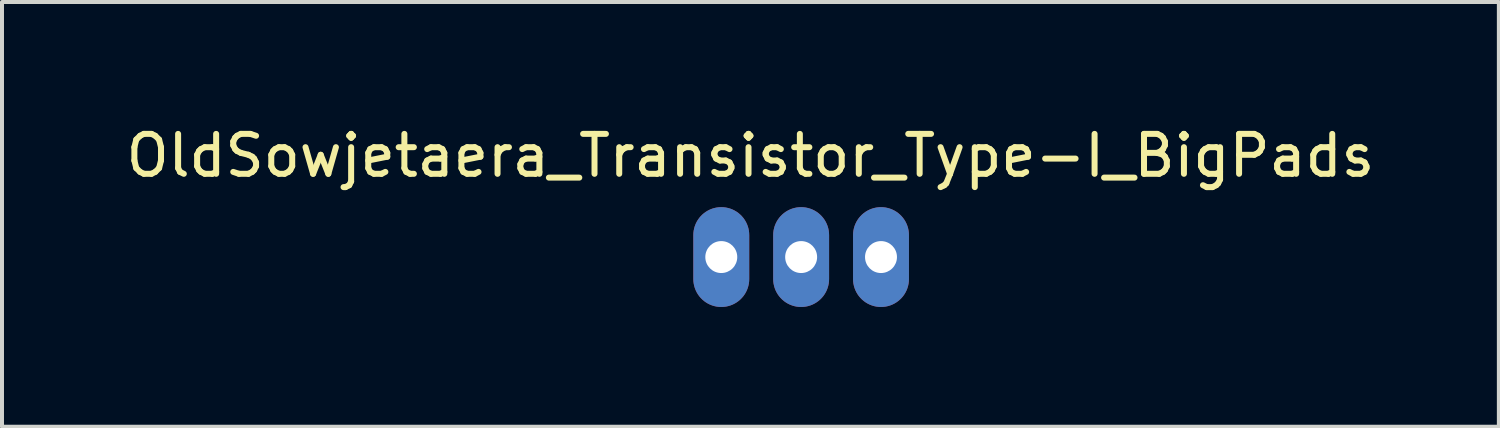
<source format=kicad_pcb>
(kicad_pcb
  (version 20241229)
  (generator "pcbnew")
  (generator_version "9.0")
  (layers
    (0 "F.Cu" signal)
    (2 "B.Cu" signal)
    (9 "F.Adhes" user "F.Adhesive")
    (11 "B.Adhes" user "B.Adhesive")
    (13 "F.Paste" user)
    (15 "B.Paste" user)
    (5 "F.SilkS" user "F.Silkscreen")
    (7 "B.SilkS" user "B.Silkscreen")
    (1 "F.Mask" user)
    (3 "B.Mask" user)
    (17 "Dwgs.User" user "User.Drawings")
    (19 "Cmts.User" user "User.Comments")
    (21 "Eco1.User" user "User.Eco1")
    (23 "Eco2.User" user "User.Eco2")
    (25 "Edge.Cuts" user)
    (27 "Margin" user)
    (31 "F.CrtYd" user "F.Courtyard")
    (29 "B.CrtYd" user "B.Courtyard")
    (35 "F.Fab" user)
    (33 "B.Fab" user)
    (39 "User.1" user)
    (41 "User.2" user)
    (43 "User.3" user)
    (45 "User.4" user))
  (footprint "OldSowjetaera_Transistor_Type-I_BigPads"
    (layer "F.Cu")
    (at 17.014 3.388)
    (property "Reference" "OldSowjetaera_Transistor_Type-I_BigPads" (at -1.27 -2.54 0) (layer "F.SilkS") (effects (font (size 1 1) (thickness 0.15))))
    (attr through_hole)
    (pad "1" thru_hole oval (at 0 0) (size 1.4 2.5) (drill 0.8) (layers "*.Cu" "*.Mask"))
    (pad "2" thru_hole oval (at -2 0) (size 1.4 2.5) (drill 0.8) (layers "*.Cu" "*.Mask"))
    (pad "3" thru_hole oval (at 2 0) (size 1.4 2.5) (drill 0.8) (layers "*.Cu" "*.Mask")))
  (gr_rect
    (start -3 -3)
    (end 34.488 7.638)
    (stroke (width 0.1) (type default))
    (fill no)
    (layer "Edge.Cuts")))
</source>
